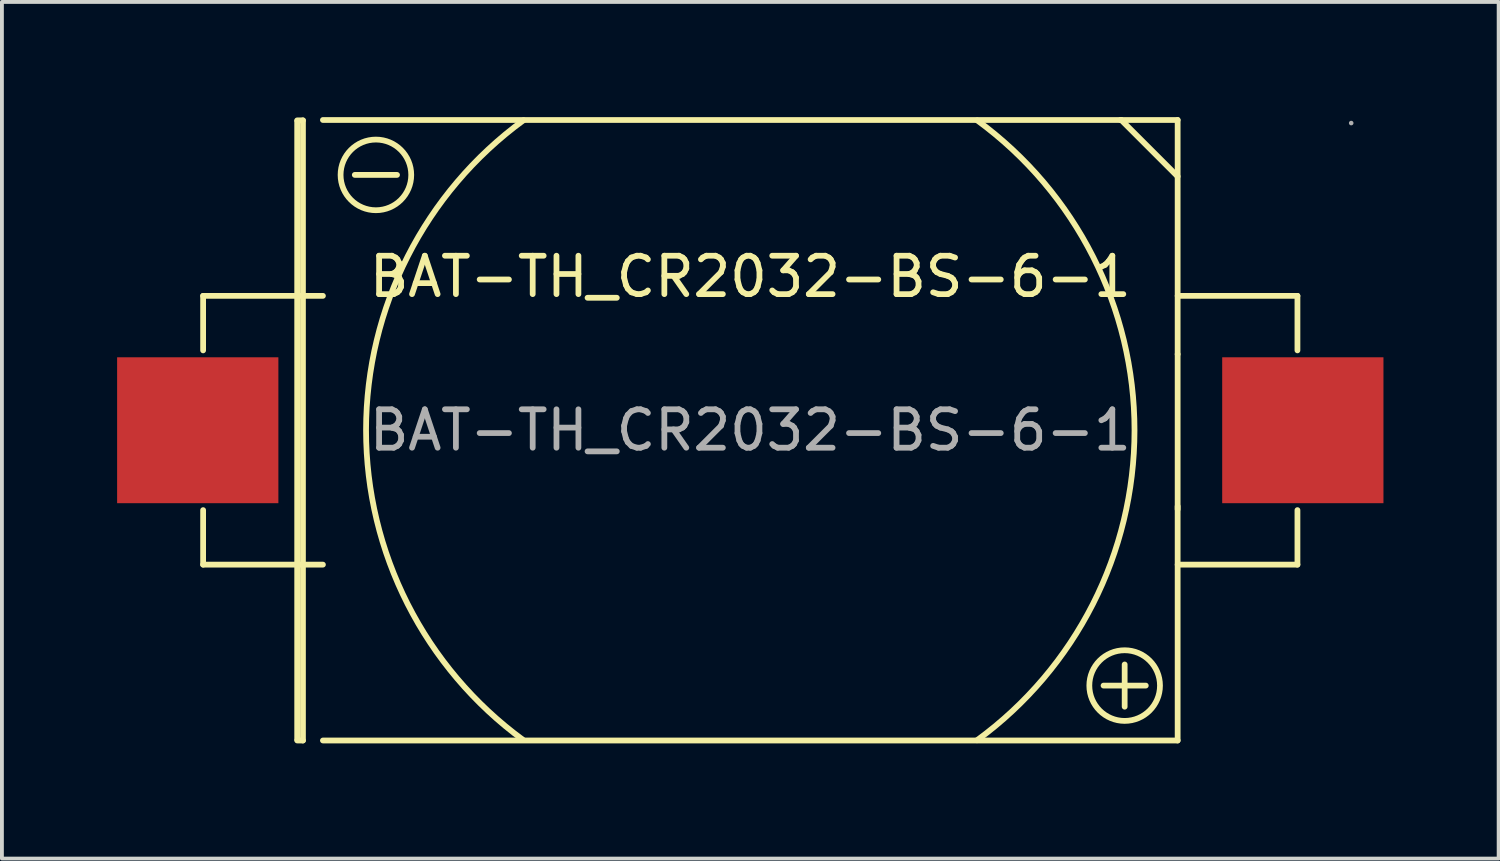
<source format=kicad_pcb>
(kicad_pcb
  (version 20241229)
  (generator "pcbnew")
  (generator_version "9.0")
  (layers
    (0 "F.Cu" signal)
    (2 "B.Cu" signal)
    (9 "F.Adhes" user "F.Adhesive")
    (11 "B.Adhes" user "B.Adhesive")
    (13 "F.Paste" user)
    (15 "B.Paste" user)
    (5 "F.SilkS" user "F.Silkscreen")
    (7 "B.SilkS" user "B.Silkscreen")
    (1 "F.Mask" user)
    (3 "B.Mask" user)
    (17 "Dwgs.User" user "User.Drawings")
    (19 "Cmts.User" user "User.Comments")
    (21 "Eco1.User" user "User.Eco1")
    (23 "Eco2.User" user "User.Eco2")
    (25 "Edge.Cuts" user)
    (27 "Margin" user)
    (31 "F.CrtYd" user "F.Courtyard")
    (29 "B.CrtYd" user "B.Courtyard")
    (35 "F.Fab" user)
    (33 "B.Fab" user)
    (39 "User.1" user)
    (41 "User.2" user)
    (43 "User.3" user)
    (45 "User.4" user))
  (footprint "BAT-TH_CR2032-BS-6-1"
    (layer "F.Cu")
    (at 16.49 8.155)
    (property "Reference" "BAT-TH_CR2032-BS-6-1" (at 0 -4 0) (layer "F.SilkS") (effects (font (size 1 1) (thickness 0.15))))
    (attr through_hole)
    (fp_line (start -14.25 -3.5) (end -14.25 -2.08) (stroke (width 0.15) (type solid)) (layer "F.SilkS"))
    (fp_line (start -14.25 -3.5) (end -11.13 -3.5) (stroke (width 0.15) (type solid)) (layer "F.SilkS"))
    (fp_line (start -14.25 3.5) (end -14.25 2.08) (stroke (width 0.15) (type solid)) (layer "F.SilkS"))
    (fp_line (start -14.25 3.5) (end -11.13 3.5) (stroke (width 0.15) (type solid)) (layer "F.SilkS"))
    (fp_line (start -11.8 -8.07) (end -11.65 -8.07) (stroke (width 0.15) (type solid)) (layer "F.SilkS"))
    (fp_line (start -11.8 -8.05) (end -11.8 8.05) (stroke (width 0.15) (type solid)) (layer "F.SilkS"))
    (fp_line (start -11.65 -8.07) (end -11.65 8.08) (stroke (width 0.15) (type solid)) (layer "F.SilkS"))
    (fp_line (start -11.65 8.08) (end -11.8 8.08) (stroke (width 0.15) (type solid)) (layer "F.SilkS"))
    (fp_line (start -11.13 -8.08) (end 11.13 -8.08) (stroke (width 0.15) (type solid)) (layer "F.SilkS"))
    (fp_line (start -11.13 8.08) (end 11.13 8.08) (stroke (width 0.15) (type solid)) (layer "F.SilkS"))
    (fp_line (start -9.2 -6.65) (end -10.3 -6.65) (stroke (width 0.15) (type solid)) (layer "F.SilkS"))
    (fp_line (start 9.2 6.65) (end 10.3 6.65) (stroke (width 0.15) (type solid)) (layer "F.SilkS"))
    (fp_line (start 9.64 -8.08) (end 9.66 -8.08) (stroke (width 0.15) (type solid)) (layer "F.SilkS"))
    (fp_line (start 9.66 -8.08) (end 11.13 -6.61) (stroke (width 0.15) (type solid)) (layer "F.SilkS"))
    (fp_line (start 9.75 7.2) (end 9.75 6.1) (stroke (width 0.15) (type solid)) (layer "F.SilkS"))
    (fp_line (start 11.13 -8.08) (end 11.13 -1.98) (stroke (width 0.15) (type solid)) (layer "F.SilkS"))
    (fp_line (start 11.13 -1.98) (end 11.13 2.06) (stroke (width 0.15) (type solid)) (layer "F.SilkS"))
    (fp_line (start 11.13 8.08) (end 11.13 1.98) (stroke (width 0.15) (type solid)) (layer "F.SilkS"))
    (fp_line (start 14.25 -3.5) (end 11.13 -3.5) (stroke (width 0.15) (type solid)) (layer "F.SilkS"))
    (fp_line (start 14.25 -3.5) (end 14.25 -2.08) (stroke (width 0.15) (type solid)) (layer "F.SilkS"))
    (fp_line (start 14.25 3.5) (end 11.13 3.5) (stroke (width 0.15) (type solid)) (layer "F.SilkS"))
    (fp_line (start 14.25 3.5) (end 14.25 2.08) (stroke (width 0.15) (type solid)) (layer "F.SilkS"))
    (fp_arc (start -5.91 8.07) (mid -10.006744 -0.003602) (end -5.904183 -8.07425) (stroke (width 0.15) (type solid)) (layer "F.SilkS"))
    (fp_arc (start 5.91 -8.07) (mid 10.006744 0.003602) (end 5.904183 8.07425) (stroke (width 0.15) (type solid)) (layer "F.SilkS"))
    (fp_circle (center -9.75 -6.65) (end -8.83 -6.65) (stroke (width 0.15) (type solid)) (fill no) (layer "F.SilkS"))
    (fp_circle (center 9.75 6.65) (end 10.67 6.65) (stroke (width 0.15) (type solid)) (fill no) (layer "F.SilkS"))
    (fp_circle (center 15.65 -8) (end 15.68 -8) (stroke (width 0.06) (type solid)) (fill no) (layer "F.Fab"))
    (fp_text user "${REFERENCE}" (at 0 0 0) (layer "F.Fab") (effects (font (size 1 1) (thickness 0.15))))
    (pad "1" smd rect (at 14.39 0) (size 4.2 3.8) (layers "F.Cu" "F.Mask" "F.Paste"))
    (pad "2" smd rect (at -14.39 0) (size 4.2 3.8) (layers "F.Cu" "F.Mask" "F.Paste")))
  (gr_rect
    (start -3 -3)
    (end 35.98 19.31)
    (stroke (width 0.1) (type default))
    (fill no)
    (layer "Edge.Cuts")))
</source>
